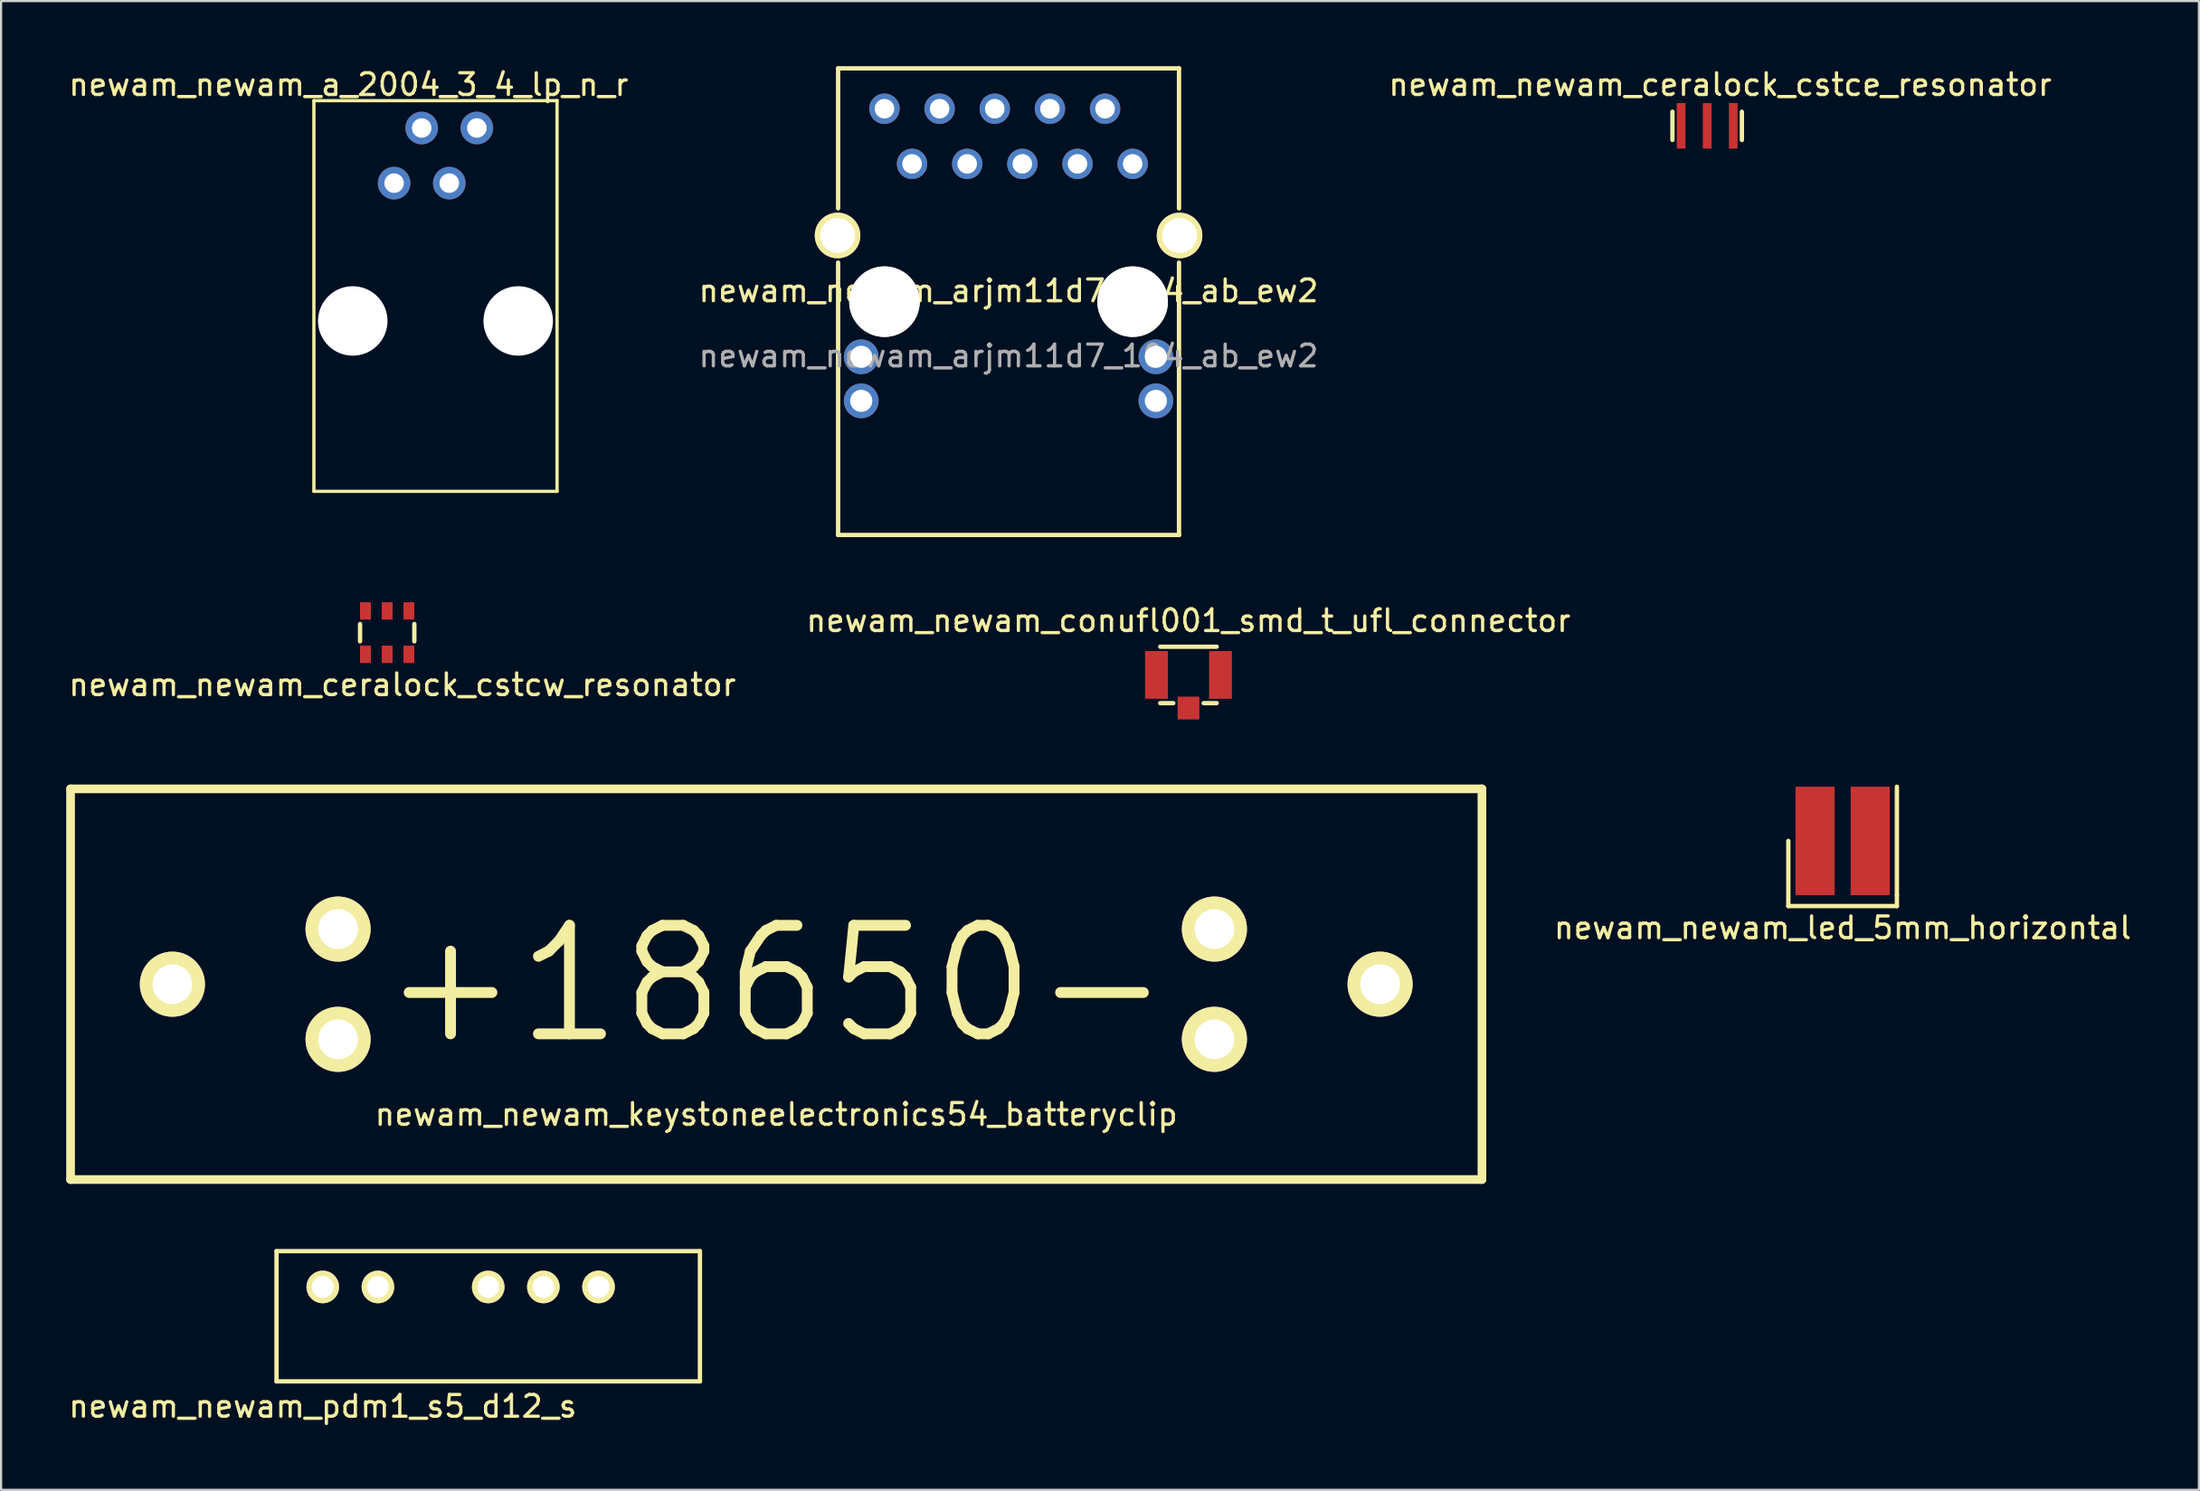
<source format=kicad_pcb>
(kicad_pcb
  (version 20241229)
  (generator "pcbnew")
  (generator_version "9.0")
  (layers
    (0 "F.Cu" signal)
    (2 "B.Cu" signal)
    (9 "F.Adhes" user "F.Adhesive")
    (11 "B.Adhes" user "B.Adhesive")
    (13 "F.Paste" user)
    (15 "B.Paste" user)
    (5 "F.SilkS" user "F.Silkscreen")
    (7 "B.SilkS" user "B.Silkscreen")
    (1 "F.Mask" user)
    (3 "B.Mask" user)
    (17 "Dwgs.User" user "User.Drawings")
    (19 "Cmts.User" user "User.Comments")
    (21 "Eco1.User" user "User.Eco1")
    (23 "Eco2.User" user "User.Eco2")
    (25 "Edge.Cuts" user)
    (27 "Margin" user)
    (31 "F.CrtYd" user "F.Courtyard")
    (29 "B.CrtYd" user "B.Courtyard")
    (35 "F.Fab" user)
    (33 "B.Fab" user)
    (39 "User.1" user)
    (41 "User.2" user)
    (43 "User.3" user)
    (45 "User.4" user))
  (footprint "newam_newam_pdm1_s5_d12_s"
    (layer "F.Cu")
    (at 11.815 56.248)
    (property "Reference" "newam_newam_pdm1_s5_d12_s" (at 0 5.5 0) (layer "F.SilkS") (effects (font (size 1 1) (thickness 0.15))))
    (attr through_hole)
    (fp_line (start -2.13 -1.65) (end -2.13 4.35) (stroke (width 0.2) (type solid)) (layer "F.SilkS"))
    (fp_line (start -2.13 -1.65) (end 17.37 -1.65) (stroke (width 0.2) (type solid)) (layer "F.SilkS"))
    (fp_line (start -2.13 4.35) (end 17.37 4.35) (stroke (width 0.2) (type solid)) (layer "F.SilkS"))
    (fp_line (start 17.37 -1.65) (end 17.37 4.35) (stroke (width 0.2) (type solid)) (layer "F.SilkS"))
    (pad "1" thru_hole circle (at 0 0) (size 1.5 1.5) (drill 1) (layers "*.Cu" "*.Mask" "F.SilkS"))
    (pad "2" thru_hole circle (at 2.54 0) (size 1.5 1.5) (drill 1) (layers "*.Cu" "*.Mask" "F.SilkS"))
    (pad "4" thru_hole circle (at 7.62 0) (size 1.5 1.5) (drill 1) (layers "*.Cu" "*.Mask" "F.SilkS"))
    (pad "5" thru_hole circle (at 10.16 0) (size 1.5 1.5) (drill 1) (layers "*.Cu" "*.Mask" "F.SilkS"))
    (pad "6" thru_hole circle (at 12.7 0) (size 1.5 1.5) (drill 1) (layers "*.Cu" "*.Mask" "F.SilkS")))
  (footprint "newam_newam_conufl001_smd_t_ufl_connector"
    (layer "F.Cu")
    (at 51.685 28.048)
    (property "Reference" "newam_newam_conufl001_smd_t_ufl_connector" (at 0 -2.5 0) (layer "F.SilkS") (effects (font (size 1 1) (thickness 0.15))))
    (attr through_hole)
    (fp_line (start -1.3 -1.3) (end 1.3 -1.3) (stroke (width 0.2) (type solid)) (layer "F.SilkS"))
    (fp_line (start -1.3 1.3) (end -0.7 1.3) (stroke (width 0.2) (type solid)) (layer "F.SilkS"))
    (fp_line (start 1.3 1.3) (end 0.7 1.3) (stroke (width 0.2) (type solid)) (layer "F.SilkS"))
    (pad "1" smd rect (at 0 1.525) (size 1 1.05) (layers "F.Cu" "F.Mask" "F.Paste"))
    (pad "2" smd rect (at -1.475 0) (size 1.05 2.2) (layers "F.Cu" "F.Mask" "F.Paste"))
    (pad "2" smd rect (at 1.475 0) (size 1.05 2.2) (layers "F.Cu" "F.Mask" "F.Paste")))
  (footprint "newam_newam_a_2004_3_4_lp_n_r"
    (layer "F.Cu")
    (at 17.006 2.848)
    (property "Reference" "newam_newam_a_2004_3_4_lp_n_r" (at -4 -2 0) (layer "F.SilkS") (effects (font (size 1 1) (thickness 0.15))))
    (attr through_hole)
    (fp_line (start -5.6 -1.26) (end 5.6 -1.26) (stroke (width 0.15) (type solid)) (layer "F.SilkS"))
    (fp_line (start -5.6 16.74) (end -5.6 -1.26) (stroke (width 0.15) (type solid)) (layer "F.SilkS"))
    (fp_line (start -5.6 16.74) (end 5.6 16.74) (stroke (width 0.15) (type solid)) (layer "F.SilkS"))
    (fp_line (start 5.6 -1.27) (end 5.6 16.74) (stroke (width 0.15) (type solid)) (layer "F.SilkS"))
    (pad "" np_thru_hole circle (at -3.81 8.89) (size 3.2 3.2) (drill 3.2) (layers "*.Cu" "*.Mask"))
    (pad "" np_thru_hole circle (at 3.81 8.89) (size 3.2 3.2) (drill 3.2) (layers "*.Cu" "*.Mask"))
    (pad "1" thru_hole circle (at -1.905 2.54) (size 1.5 1.5) (drill 0.9) (layers "*.Cu" "*.Mask"))
    (pad "2" thru_hole circle (at -0.635 0) (size 1.5 1.5) (drill 0.9) (layers "*.Cu" "*.Mask"))
    (pad "3" thru_hole circle (at 0.635 2.54) (size 1.5 1.5) (drill 0.9) (layers "*.Cu" "*.Mask"))
    (pad "4" thru_hole circle (at 1.905 0) (size 1.5 1.5) (drill 0.9) (layers "*.Cu" "*.Mask")))
  (footprint "newam_newam_ceralock_cstce_resonator"
    (layer "F.Cu")
    (at 75.573 2.748)
    (property "Reference" "newam_newam_ceralock_cstce_resonator" (at 0.6 -1.9 0) (layer "F.SilkS") (effects (font (size 1 1) (thickness 0.15))))
    (attr through_hole)
    (fp_line (start -1.6 0.65) (end -1.6 -0.65) (stroke (width 0.2) (type solid)) (layer "F.SilkS"))
    (fp_line (start 1.6 -0.65) (end 1.6 0.65) (stroke (width 0.2) (type solid)) (layer "F.SilkS"))
    (pad "1" smd rect (at -1.2 0) (size 0.4 2.1) (layers "F.Cu" "F.Mask" "F.Paste"))
    (pad "2" smd rect (at 0 0) (size 0.4 2.1) (layers "F.Cu" "F.Mask" "F.Paste"))
    (pad "3" smd rect (at 1.2 0) (size 0.4 2.1) (layers "F.Cu" "F.Mask" "F.Paste")))
  (footprint "newam_newam_arjm11d7_104_ab_ew2"
    (layer "F.Cu")
    (at 43.399 10.85)
    (property "Reference" "newam_newam_arjm11d7_104_ab_ew2" (at 0 -0.5 0) (unlocked yes) (layer "F.SilkS") (effects (font (size 1 1) (thickness 0.15))))
    (attr through_hole)
    (fp_line (start -7.85 -10.75) (end 7.85 -10.75) (stroke (width 0.2) (type solid)) (layer "F.SilkS"))
    (fp_line (start -7.85 -4.3) (end -7.85 -10.75) (stroke (width 0.2) (type solid)) (layer "F.SilkS"))
    (fp_line (start -7.85 -1.8) (end -7.85 10.75) (stroke (width 0.2) (type solid)) (layer "F.SilkS"))
    (fp_line (start -7.85 10.75) (end 7.85 10.75) (stroke (width 0.2) (type solid)) (layer "F.SilkS"))
    (fp_line (start 7.85 -4.3) (end 7.85 -10.75) (stroke (width 0.2) (type solid)) (layer "F.SilkS"))
    (fp_line (start 7.85 -1.8) (end 7.85 10.75) (stroke (width 0.2) (type solid)) (layer "F.SilkS"))
    (fp_text user "${REFERENCE}" (at 0 2.5 0) (unlocked yes) (layer "F.Fab") (effects (font (size 1 1) (thickness 0.15))))
    (pad "" np_thru_hole circle (at -7.875 -3.05) (size 2.1 2.1) (drill 1.6) (layers "*.Cu" "*.Mask" "F.SilkS"))
    (pad "" np_thru_hole circle (at -5.715 0) (size 3.25 3.25) (drill 3.25) (layers "*.Cu" "*.Mask" "F.SilkS"))
    (pad "" np_thru_hole circle (at 5.715 0) (size 3.25 3.25) (drill 3.25) (layers "*.Cu" "*.Mask" "F.SilkS"))
    (pad "" np_thru_hole circle (at 7.875 -3.05) (size 2.1 2.1) (drill 1.6) (layers "*.Cu" "*.Mask" "F.SilkS"))
    (pad "1" thru_hole circle (at 5.715 -6.35) (size 1.4 1.4) (drill 0.9) (layers "*.Cu" "*.Mask"))
    (pad "2" thru_hole circle (at 4.445 -8.89) (size 1.4 1.4) (drill 0.9) (layers "*.Cu" "*.Mask"))
    (pad "3" thru_hole circle (at 3.175 -6.35) (size 1.4 1.4) (drill 0.9) (layers "*.Cu" "*.Mask"))
    (pad "4" thru_hole circle (at 1.905 -8.89) (size 1.4 1.4) (drill 0.9) (layers "*.Cu" "*.Mask"))
    (pad "5" thru_hole circle (at 0.635 -6.35) (size 1.4 1.4) (drill 0.9) (layers "*.Cu" "*.Mask"))
    (pad "6" thru_hole circle (at -0.635 -8.89) (size 1.4 1.4) (drill 0.9) (layers "*.Cu" "*.Mask"))
    (pad "7" thru_hole circle (at -1.905 -6.35) (size 1.4 1.4) (drill 0.9) (layers "*.Cu" "*.Mask"))
    (pad "8" thru_hole circle (at -3.175 -8.89) (size 1.4 1.4) (drill 0.9) (layers "*.Cu" "*.Mask"))
    (pad "9" thru_hole circle (at -4.445 -6.35) (size 1.4 1.4) (drill 0.9) (layers "*.Cu" "*.Mask"))
    (pad "10" thru_hole circle (at -5.715 -8.89) (size 1.4 1.4) (drill 0.9) (layers "*.Cu" "*.Mask"))
    (pad "11" thru_hole circle (at 6.785 2.54) (size 1.6 1.6) (drill 1.02) (layers "*.Cu" "*.Mask"))
    (pad "12" thru_hole circle (at 6.785 4.57) (size 1.6 1.6) (drill 1.02) (layers "*.Cu" "*.Mask"))
    (pad "13" thru_hole circle (at -6.785 2.54) (size 1.6 1.6) (drill 1.02) (layers "*.Cu" "*.Mask"))
    (pad "14" thru_hole circle (at -6.785 4.57) (size 1.6 1.6) (drill 1.02) (layers "*.Cu" "*.Mask")))
  (footprint "newam_newam_ceralock_cstcw_resonator"
    (layer "F.Cu")
    (at 14.782 26.1)
    (property "Reference" "newam_newam_ceralock_cstcw_resonator" (at 0.7 2.4 0) (layer "F.SilkS") (effects (font (size 1 1) (thickness 0.15))))
    (attr through_hole)
    (fp_line (start -1.25 -0.4) (end -1.25 0.4) (stroke (width 0.2) (type solid)) (layer "F.SilkS"))
    (fp_line (start 1.25 -0.4) (end 1.25 0.4) (stroke (width 0.2) (type solid)) (layer "F.SilkS"))
    (pad "1" smd rect (at -1 -1) (size 0.5 0.8) (layers "F.Cu" "F.Mask" "F.Paste"))
    (pad "1" smd rect (at -1 1) (size 0.5 0.8) (layers "F.Cu" "F.Mask" "F.Paste"))
    (pad "2" smd rect (at 0 -1) (size 0.5 0.8) (layers "F.Cu" "F.Mask" "F.Paste"))
    (pad "2" smd rect (at 0 1) (size 0.5 0.8) (layers "F.Cu" "F.Mask" "F.Paste"))
    (pad "3" smd rect (at 1 -1) (size 0.5 0.8) (layers "F.Cu" "F.Mask" "F.Paste"))
    (pad "3" smd rect (at 1 1) (size 0.5 0.8) (layers "F.Cu" "F.Mask" "F.Paste")))
  (footprint "newam_newam_led_5mm_horizontal"
    (layer "F.Cu")
    (at 81.811 35.698)
    (property "Reference" "newam_newam_led_5mm_horizontal" (at 0 4 0) (layer "F.SilkS") (effects (font (size 1 1) (thickness 0.15))))
    (attr through_hole)
    (fp_line (start -2.5 0) (end -2.5 3) (stroke (width 0.2) (type solid)) (layer "F.SilkS"))
    (fp_line (start -2.5 3) (end 2.5 3) (stroke (width 0.2) (type solid)) (layer "F.SilkS"))
    (fp_line (start 2.5 -2.5) (end 2.5 2.5) (stroke (width 0.2) (type solid)) (layer "F.SilkS"))
    (fp_line (start 2.5 3) (end 2.5 2.5) (stroke (width 0.2) (type solid)) (layer "F.SilkS"))
    (pad "1" smd rect (at 1.27 0) (size 1.8 5) (layers "F.Cu" "F.Mask" "F.Paste"))
    (pad "2" smd rect (at -1.27 0) (size 1.8 5) (layers "F.Cu" "F.Mask" "F.Paste")))
  (footprint "newam_newam_keystoneelectronics54_batteryclip"
    (layer "F.Cu")
    (at 32.7 42.298)
    (property "Reference" "newam_newam_keystoneelectronics54_batteryclip" (at 0 6 0) (layer "F.SilkS") (effects (font (size 1 1) (thickness 0.15))))
    (attr through_hole)
    (fp_line (start -32.5 -9) (end 32.5 -9) (stroke (width 0.4) (type solid)) (layer "F.SilkS"))
    (fp_line (start -32.5 9) (end -32.5 -9) (stroke (width 0.4) (type solid)) (layer "F.SilkS"))
    (fp_line (start -32.5 9) (end 32.5 9) (stroke (width 0.4) (type solid)) (layer "F.SilkS"))
    (fp_line (start 32.5 9) (end 32.5 -9) (stroke (width 0.4) (type solid)) (layer "F.SilkS"))
    (fp_text user "+18650-" (at 0 0 0) (layer "F.SilkS") (effects (font (size 5 5) (thickness 0.5))))
    (pad "1" thru_hole circle (at -27.81 0) (size 3 3) (drill 1.83) (layers "*.Cu" "*.Mask" "F.SilkS"))
    (pad "1" thru_hole circle (at -20.18 -2.54) (size 3 3) (drill 1.83) (layers "*.Cu" "*.Mask" "F.SilkS"))
    (pad "1" thru_hole circle (at -20.18 2.54) (size 3 3) (drill 1.83) (layers "*.Cu" "*.Mask" "F.SilkS"))
    (pad "2" thru_hole circle (at 20.18 -2.54) (size 3 3) (drill 1.83) (layers "*.Cu" "*.Mask" "F.SilkS"))
    (pad "2" thru_hole circle (at 20.18 2.54) (size 3 3) (drill 1.83) (layers "*.Cu" "*.Mask" "F.SilkS"))
    (pad "2" thru_hole circle (at 27.81 0) (size 3 3) (drill 1.83) (layers "*.Cu" "*.Mask" "F.SilkS")))
  (gr_rect
    (start -3 -3)
    (end 98.221 65.597)
    (stroke (width 0.1) (type default))
    (fill no)
    (layer "Edge.Cuts")))
</source>
